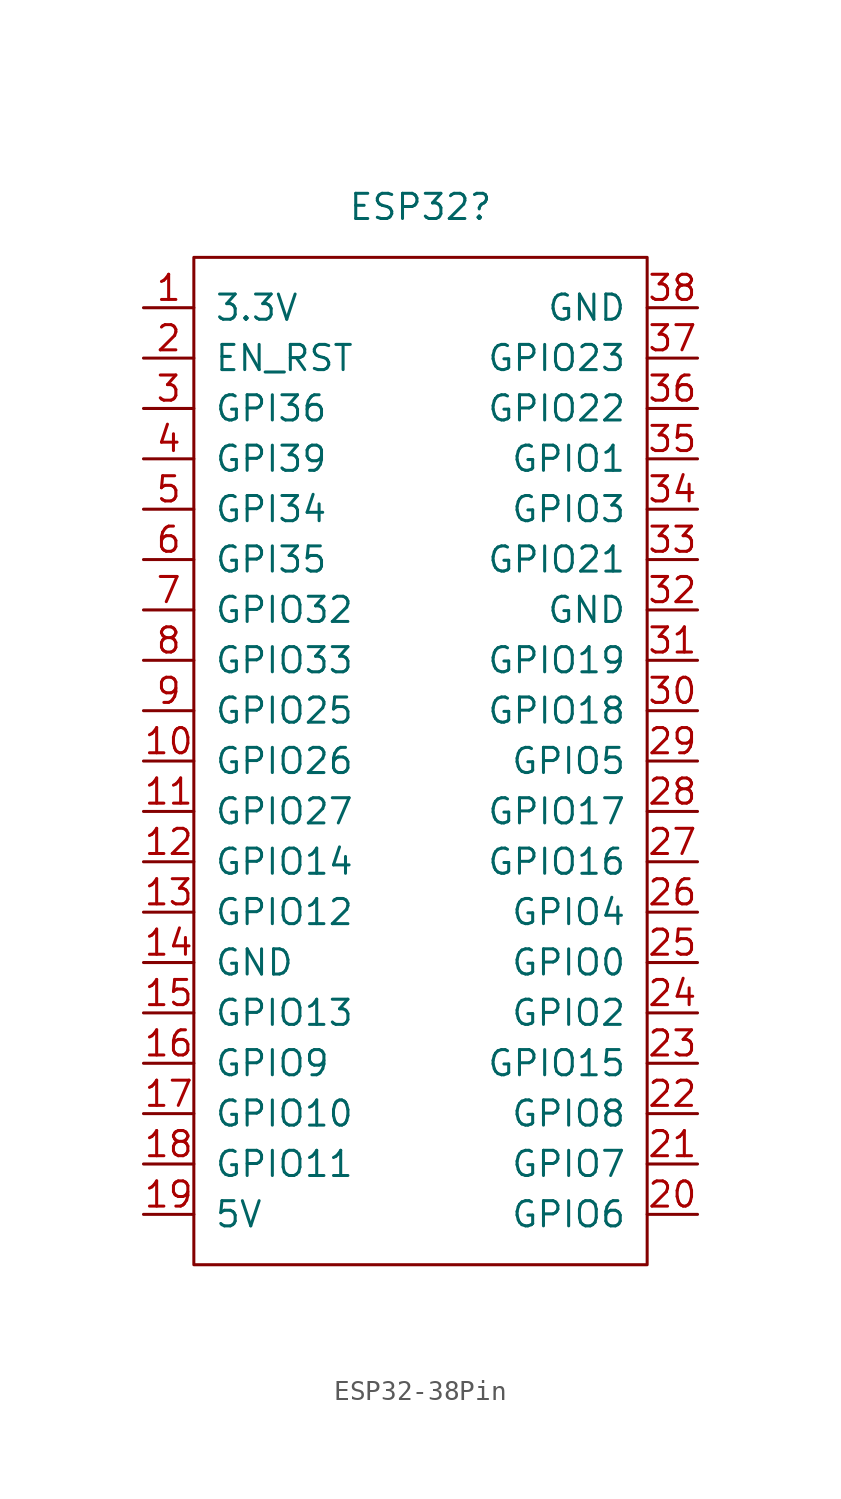
<source format=kicad_sym>
(kicad_symbol_lib
  (version 20241209)
  (generator "kicad_symbol_editor")
  (generator_version "9.0")
  (symbol "ESP32-38Pin"
    (pin_names
      (offset 1.016))
    (property "Reference" "ESP32"
      (at 8.89 10.16 0)
      (effects (font (size 1.27 1.27))))
    (property "Description" ""
      (at 0 0 0)
      (effects (font (size 1.27 1.27))))
    (symbol "ESP32-38Pin_0_1"
      (rectangle (start -2.54 7.62) (end 20.32 -43.18) (stroke (width 0) (type solid)) (fill (type none))))
    (symbol "ESP32-38Pin_1_1"
      (pin power_out line (at -5.08 5.08 0) (length 2.54) (name "3.3V" (effects (font (size 1.27 1.27)))) (number "1" (effects (font (size 1.27 1.27)))))
      (pin passive line (at -5.08 2.54 0) (length 2.54) (name "EN_RST" (effects (font (size 1.27 1.27)))) (number "2" (effects (font (size 1.27 1.27)))))
      (pin input line (at -5.08 0 0) (length 2.54) (name "GPI36" (effects (font (size 1.27 1.27)))) (number "3" (effects (font (size 1.27 1.27)))))
      (pin input line (at -5.08 -2.54 0) (length 2.54) (name "GPI39" (effects (font (size 1.27 1.27)))) (number "4" (effects (font (size 1.27 1.27)))))
      (pin input line (at -5.08 -5.08 0) (length 2.54) (name "GPI34" (effects (font (size 1.27 1.27)))) (number "5" (effects (font (size 1.27 1.27)))))
      (pin input line (at -5.08 -7.62 0) (length 2.54) (name "GPI35" (effects (font (size 1.27 1.27)))) (number "6" (effects (font (size 1.27 1.27)))))
      (pin bidirectional line (at -5.08 -10.16 0) (length 2.54) (name "GPIO32" (effects (font (size 1.27 1.27)))) (number "7" (effects (font (size 1.27 1.27)))))
      (pin bidirectional line (at -5.08 -12.7 0) (length 2.54) (name "GPIO33" (effects (font (size 1.27 1.27)))) (number "8" (effects (font (size 1.27 1.27)))))
      (pin bidirectional line (at -5.08 -15.24 0) (length 2.54) (name "GPIO25" (effects (font (size 1.27 1.27)))) (number "9" (effects (font (size 1.27 1.27)))))
      (pin bidirectional line (at -5.08 -17.78 0) (length 2.54) (name "GPIO26" (effects (font (size 1.27 1.27)))) (number "10" (effects (font (size 1.27 1.27)))))
      (pin bidirectional line (at -5.08 -20.32 0) (length 2.54) (name "GPIO27" (effects (font (size 1.27 1.27)))) (number "11" (effects (font (size 1.27 1.27)))))
      (pin bidirectional line (at -5.08 -22.86 0) (length 2.54) (name "GPIO14" (effects (font (size 1.27 1.27)))) (number "12" (effects (font (size 1.27 1.27)))))
      (pin bidirectional line (at -5.08 -25.4 0) (length 2.54) (name "GPIO12" (effects (font (size 1.27 1.27)))) (number "13" (effects (font (size 1.27 1.27)))))
      (pin power_in line (at -5.08 -27.94 0) (length 2.54) (name "GND" (effects (font (size 1.27 1.27)))) (number "14" (effects (font (size 1.27 1.27)))))
      (pin bidirectional line (at -5.08 -30.48 0) (length 2.54) (name "GPIO13" (effects (font (size 1.27 1.27)))) (number "15" (effects (font (size 1.27 1.27)))))
      (pin bidirectional line (at -5.08 -33.02 0) (length 2.54) (name "GPIO9" (effects (font (size 1.27 1.27)))) (number "16" (effects (font (size 1.27 1.27)))))
      (pin bidirectional line (at -5.08 -35.56 0) (length 2.54) (name "GPIO10" (effects (font (size 1.27 1.27)))) (number "17" (effects (font (size 1.27 1.27)))))
      (pin bidirectional line (at -5.08 -38.1 0) (length 2.54) (name "GPIO11" (effects (font (size 1.27 1.27)))) (number "18" (effects (font (size 1.27 1.27)))))
      (pin power_in line (at -5.08 -40.64 0) (length 2.54) (name "5V" (effects (font (size 1.27 1.27)))) (number "19" (effects (font (size 1.27 1.27)))))
      (pin power_in line (at 22.86 5.08 180) (length 2.54) (name "GND" (effects (font (size 1.27 1.27)))) (number "38" (effects (font (size 1.27 1.27)))))
      (pin bidirectional line (at 22.86 2.54 180) (length 2.54) (name "GPIO23" (effects (font (size 1.27 1.27)))) (number "37" (effects (font (size 1.27 1.27)))))
      (pin bidirectional line (at 22.86 0 180) (length 2.54) (name "GPIO22" (effects (font (size 1.27 1.27)))) (number "36" (effects (font (size 1.27 1.27)))))
      (pin bidirectional line (at 22.86 -2.54 180) (length 2.54) (name "GPIO1" (effects (font (size 1.27 1.27)))) (number "35" (effects (font (size 1.27 1.27)))))
      (pin bidirectional line (at 22.86 -5.08 180) (length 2.54) (name "GPIO3" (effects (font (size 1.27 1.27)))) (number "34" (effects (font (size 1.27 1.27)))))
      (pin bidirectional line (at 22.86 -7.62 180) (length 2.54) (name "GPIO21" (effects (font (size 1.27 1.27)))) (number "33" (effects (font (size 1.27 1.27)))))
      (pin power_in line (at 22.86 -10.16 180) (length 2.54) (name "GND" (effects (font (size 1.27 1.27)))) (number "32" (effects (font (size 1.27 1.27)))))
      (pin bidirectional line (at 22.86 -12.7 180) (length 2.54) (name "GPIO19" (effects (font (size 1.27 1.27)))) (number "31" (effects (font (size 1.27 1.27)))))
      (pin bidirectional line (at 22.86 -15.24 180) (length 2.54) (name "GPIO18" (effects (font (size 1.27 1.27)))) (number "30" (effects (font (size 1.27 1.27)))))
      (pin bidirectional line (at 22.86 -17.78 180) (length 2.54) (name "GPIO5" (effects (font (size 1.27 1.27)))) (number "29" (effects (font (size 1.27 1.27)))))
      (pin bidirectional line (at 22.86 -20.32 180) (length 2.54) (name "GPIO17" (effects (font (size 1.27 1.27)))) (number "28" (effects (font (size 1.27 1.27)))))
      (pin bidirectional line (at 22.86 -22.86 180) (length 2.54) (name "GPIO16" (effects (font (size 1.27 1.27)))) (number "27" (effects (font (size 1.27 1.27)))))
      (pin bidirectional line (at 22.86 -25.4 180) (length 2.54) (name "GPIO4" (effects (font (size 1.27 1.27)))) (number "26" (effects (font (size 1.27 1.27)))))
      (pin bidirectional line (at 22.86 -27.94 180) (length 2.54) (name "GPIO0" (effects (font (size 1.27 1.27)))) (number "25" (effects (font (size 1.27 1.27)))))
      (pin bidirectional line (at 22.86 -30.48 180) (length 2.54) (name "GPIO2" (effects (font (size 1.27 1.27)))) (number "24" (effects (font (size 1.27 1.27)))))
      (pin bidirectional line (at 22.86 -33.02 180) (length 2.54) (name "GPIO15" (effects (font (size 1.27 1.27)))) (number "23" (effects (font (size 1.27 1.27)))))
      (pin bidirectional line (at 22.86 -35.56 180) (length 2.54) (name "GPIO8" (effects (font (size 1.27 1.27)))) (number "22" (effects (font (size 1.27 1.27)))))
      (pin bidirectional line (at 22.86 -38.1 180) (length 2.54) (name "GPIO7" (effects (font (size 1.27 1.27)))) (number "21" (effects (font (size 1.27 1.27)))))
      (pin bidirectional line (at 22.86 -40.64 180) (length 2.54) (name "GPIO6" (effects (font (size 1.27 1.27)))) (number "20" (effects (font (size 1.27 1.27))))))))
</source>
